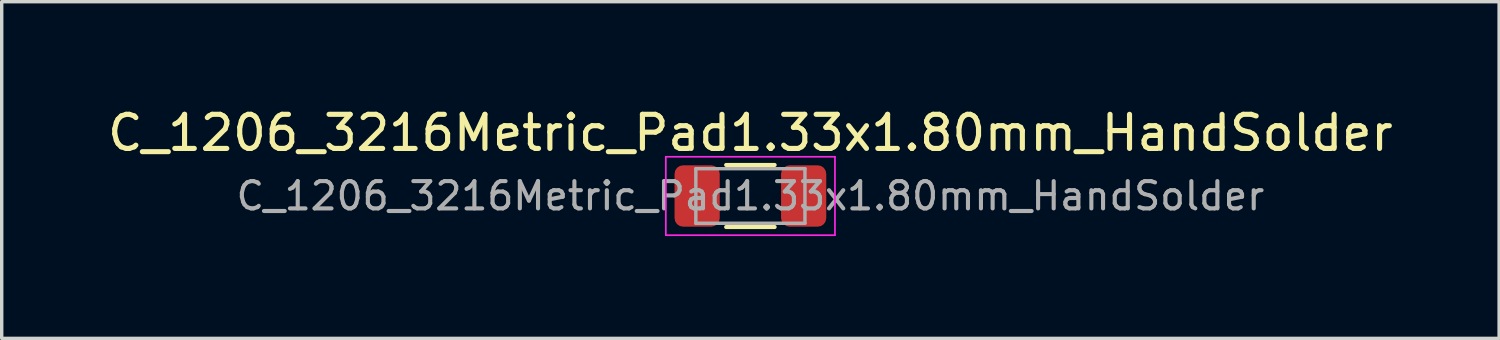
<source format=kicad_pcb>
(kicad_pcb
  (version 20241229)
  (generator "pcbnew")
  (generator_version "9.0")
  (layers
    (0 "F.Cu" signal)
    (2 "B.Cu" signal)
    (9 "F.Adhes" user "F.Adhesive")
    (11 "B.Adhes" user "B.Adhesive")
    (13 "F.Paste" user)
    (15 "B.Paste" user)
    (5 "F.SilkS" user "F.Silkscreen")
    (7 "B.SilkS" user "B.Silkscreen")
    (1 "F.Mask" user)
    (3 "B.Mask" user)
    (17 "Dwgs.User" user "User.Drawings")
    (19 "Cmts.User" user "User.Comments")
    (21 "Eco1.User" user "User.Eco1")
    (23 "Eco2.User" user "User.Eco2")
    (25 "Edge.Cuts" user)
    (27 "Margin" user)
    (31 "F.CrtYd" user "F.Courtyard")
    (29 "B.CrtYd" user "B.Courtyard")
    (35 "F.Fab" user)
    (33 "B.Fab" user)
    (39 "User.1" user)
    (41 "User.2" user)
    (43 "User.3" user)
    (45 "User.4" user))
  (footprint "C_1206_3216Metric_Pad1.33x1.80mm_HandSolder"
    (layer "F.Cu")
    (at 18.958 2.698)
    (property "Reference" "C_1206_3216Metric_Pad1.33x1.80mm_HandSolder" (at 0 -1.85 180) (layer "F.SilkS") (effects (font (size 1 1) (thickness 0.15))))
    (attr smd)
    (fp_line (start -0.711 -0.91) (end 0.711 -0.91) (stroke (width 0.12) (type solid)) (layer "F.SilkS"))
    (fp_line (start -0.711 0.91) (end 0.711 0.91) (stroke (width 0.12) (type solid)) (layer "F.SilkS"))
    (fp_line (start -2.48 -1.15) (end 2.48 -1.15) (stroke (width 0.05) (type solid)) (layer "F.CrtYd"))
    (fp_line (start -2.48 1.15) (end -2.48 -1.15) (stroke (width 0.05) (type solid)) (layer "F.CrtYd"))
    (fp_line (start 2.48 -1.15) (end 2.48 1.15) (stroke (width 0.05) (type solid)) (layer "F.CrtYd"))
    (fp_line (start 2.48 1.15) (end -2.48 1.15) (stroke (width 0.05) (type solid)) (layer "F.CrtYd"))
    (fp_line (start -1.6 -0.8) (end 1.6 -0.8) (stroke (width 0.1) (type solid)) (layer "F.Fab"))
    (fp_line (start -1.6 0.8) (end -1.6 -0.8) (stroke (width 0.1) (type solid)) (layer "F.Fab"))
    (fp_line (start 1.6 -0.8) (end 1.6 0.8) (stroke (width 0.1) (type solid)) (layer "F.Fab"))
    (fp_line (start 1.6 0.8) (end -1.6 0.8) (stroke (width 0.1) (type solid)) (layer "F.Fab"))
    (fp_text user "${REFERENCE}" (at 0 0 180) (layer "F.Fab") (effects (font (size 0.8 0.8) (thickness 0.12))))
    (pad "1" smd roundrect (at -1.562 0) (size 1.325 1.8) (layers "F.Cu" "F.Mask" "F.Paste") (roundrect_rratio 0.189))
    (pad "2" smd roundrect (at 1.562 0) (size 1.325 1.8) (layers "F.Cu" "F.Mask" "F.Paste") (roundrect_rratio 0.189)))
  (gr_rect
    (start -3 -3)
    (end 40.917 6.873)
    (stroke (width 0.1) (type default))
    (fill no)
    (layer "Edge.Cuts")))
</source>
